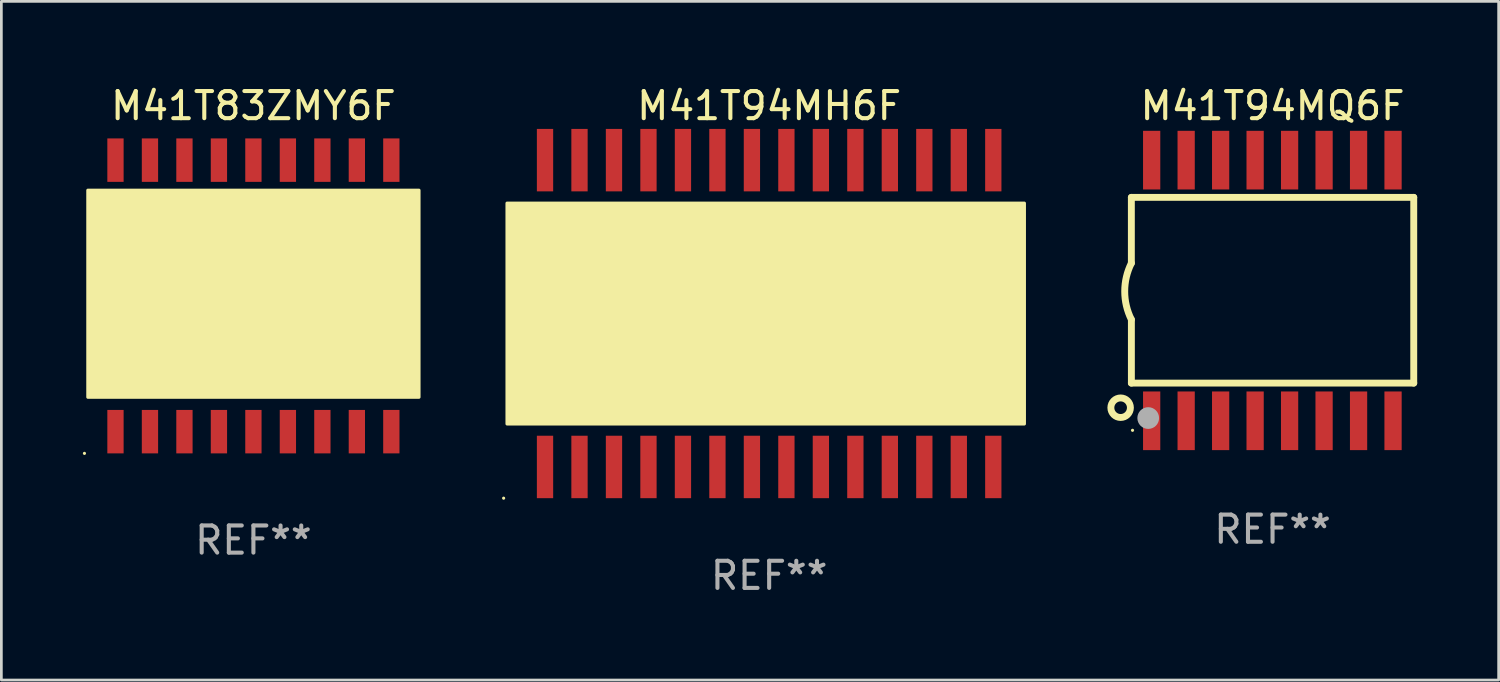
<source format=kicad_pcb>
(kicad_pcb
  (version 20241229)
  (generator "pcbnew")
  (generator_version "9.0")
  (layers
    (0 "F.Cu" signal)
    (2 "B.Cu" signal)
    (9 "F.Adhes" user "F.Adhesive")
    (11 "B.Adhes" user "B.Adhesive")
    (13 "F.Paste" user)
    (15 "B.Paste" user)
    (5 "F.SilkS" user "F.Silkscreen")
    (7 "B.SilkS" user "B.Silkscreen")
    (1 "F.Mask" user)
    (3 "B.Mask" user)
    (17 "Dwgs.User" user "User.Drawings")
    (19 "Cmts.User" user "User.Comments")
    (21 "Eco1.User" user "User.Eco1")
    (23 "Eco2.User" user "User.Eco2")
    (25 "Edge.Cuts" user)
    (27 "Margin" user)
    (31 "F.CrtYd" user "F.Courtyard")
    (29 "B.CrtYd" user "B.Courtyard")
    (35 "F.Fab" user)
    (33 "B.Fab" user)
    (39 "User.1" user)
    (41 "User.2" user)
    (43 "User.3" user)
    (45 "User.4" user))
  (footprint "M41T83ZMY6F"
    (layer "F.Cu")
    (at 6.283 7.848)
    (property "Reference" "M41T83ZMY6F" (at 0 -7 0) (layer "F.SilkS") (effects (font (size 1 1) (thickness 0.15))))
    (attr through_hole)
    (fp_circle (center -6.223 5.8) (end -6.193 5.8) (stroke (width 0.06) (type solid)) (fill no) (layer "F.SilkS"))
    (fp_circle (center -5.334 2.968) (end -4.975 2.968) (stroke (width 0.254) (type solid)) (fill no) (layer "F.SilkS"))
    (fp_poly (pts (xy -6.096 -3.89) (xy 6.096 -3.89) (xy 6.096 3.73) (xy -6.096 3.73)) (stroke (width 0.12) (type solid)) (fill yes) (layer "F.SilkS"))
    (fp_text user "REF**" (at 0 9 0) (layer "F.Fab") (effects (font (size 1 1) (thickness 0.15))))
    (pad "1" smd rect (at -5.08 5) (size 0.6 1.6) (layers "F.Cu" "F.Mask" "F.Paste"))
    (pad "2" smd rect (at -3.81 5) (size 0.6 1.6) (layers "F.Cu" "F.Mask" "F.Paste"))
    (pad "3" smd rect (at -2.54 5) (size 0.6 1.6) (layers "F.Cu" "F.Mask" "F.Paste"))
    (pad "4" smd rect (at -1.27 5) (size 0.6 1.6) (layers "F.Cu" "F.Mask" "F.Paste"))
    (pad "5" smd rect (at 0 5) (size 0.6 1.6) (layers "F.Cu" "F.Mask" "F.Paste"))
    (pad "6" smd rect (at 1.27 5) (size 0.6 1.6) (layers "F.Cu" "F.Mask" "F.Paste"))
    (pad "7" smd rect (at 2.54 5) (size 0.6 1.6) (layers "F.Cu" "F.Mask" "F.Paste"))
    (pad "8" smd rect (at 3.81 5) (size 0.6 1.6) (layers "F.Cu" "F.Mask" "F.Paste"))
    (pad "9" smd rect (at 5.08 5) (size 0.6 1.6) (layers "F.Cu" "F.Mask" "F.Paste"))
    (pad "10" smd rect (at 5.08 -5) (size 0.6 1.6) (layers "F.Cu" "F.Mask" "F.Paste"))
    (pad "11" smd rect (at 3.81 -5) (size 0.6 1.6) (layers "F.Cu" "F.Mask" "F.Paste"))
    (pad "12" smd rect (at 2.54 -5) (size 0.6 1.6) (layers "F.Cu" "F.Mask" "F.Paste"))
    (pad "13" smd rect (at 1.27 -5) (size 0.6 1.6) (layers "F.Cu" "F.Mask" "F.Paste"))
    (pad "14" smd rect (at 0 -5) (size 0.6 1.6) (layers "F.Cu" "F.Mask" "F.Paste"))
    (pad "15" smd rect (at -1.27 -5) (size 0.6 1.6) (layers "F.Cu" "F.Mask" "F.Paste"))
    (pad "16" smd rect (at -2.54 -5) (size 0.6 1.6) (layers "F.Cu" "F.Mask" "F.Paste"))
    (pad "17" smd rect (at -3.81 -5) (size 0.6 1.6) (layers "F.Cu" "F.Mask" "F.Paste"))
    (pad "18" smd rect (at -5.08 -5) (size 0.6 1.6) (layers "F.Cu" "F.Mask" "F.Paste")))
  (footprint "M41T94MH6F"
    (layer "F.Cu")
    (at 25.278 8.498)
    (property "Reference" "M41T94MH6F" (at 0 -7.65 0) (layer "F.SilkS") (effects (font (size 1 1) (thickness 0.15))))
    (attr through_hole)
    (fp_circle (center -9.779 6.8) (end -9.749 6.8) (stroke (width 0.06) (type solid)) (fill no) (layer "F.SilkS"))
    (fp_circle (center -8.636 3.175) (end -8.352 3.175) (stroke (width 0.254) (type solid)) (fill no) (layer "F.SilkS"))
    (fp_poly (pts (xy -9.652 -4.064) (xy 9.398 -4.064) (xy 9.398 4.064) (xy -9.652 4.064)) (stroke (width 0.12) (type solid)) (fill yes) (layer "F.SilkS"))
    (fp_text user "REF**" (at 0 9.65 0) (layer "F.Fab") (effects (font (size 1 1) (thickness 0.15))))
    (pad "1" smd rect (at -8.255 5.65) (size 0.6 2.3) (layers "F.Cu" "F.Mask" "F.Paste"))
    (pad "2" smd rect (at -6.985 5.65) (size 0.6 2.3) (layers "F.Cu" "F.Mask" "F.Paste"))
    (pad "3" smd rect (at -5.715 5.65) (size 0.6 2.3) (layers "F.Cu" "F.Mask" "F.Paste"))
    (pad "4" smd rect (at -4.445 5.65) (size 0.6 2.3) (layers "F.Cu" "F.Mask" "F.Paste"))
    (pad "5" smd rect (at -3.175 5.65) (size 0.6 2.3) (layers "F.Cu" "F.Mask" "F.Paste"))
    (pad "6" smd rect (at -1.905 5.65) (size 0.6 2.3) (layers "F.Cu" "F.Mask" "F.Paste"))
    (pad "7" smd rect (at -0.635 5.65) (size 0.6 2.3) (layers "F.Cu" "F.Mask" "F.Paste"))
    (pad "8" smd rect (at 0.635 5.65) (size 0.6 2.3) (layers "F.Cu" "F.Mask" "F.Paste"))
    (pad "9" smd rect (at 1.905 5.65) (size 0.6 2.3) (layers "F.Cu" "F.Mask" "F.Paste"))
    (pad "10" smd rect (at 3.175 5.65) (size 0.6 2.3) (layers "F.Cu" "F.Mask" "F.Paste"))
    (pad "11" smd rect (at 4.445 5.65) (size 0.6 2.3) (layers "F.Cu" "F.Mask" "F.Paste"))
    (pad "12" smd rect (at 5.715 5.65) (size 0.6 2.3) (layers "F.Cu" "F.Mask" "F.Paste"))
    (pad "13" smd rect (at 6.985 5.65) (size 0.6 2.3) (layers "F.Cu" "F.Mask" "F.Paste"))
    (pad "14" smd rect (at 8.255 5.65) (size 0.6 2.3) (layers "F.Cu" "F.Mask" "F.Paste"))
    (pad "15" smd rect (at 8.255 -5.65) (size 0.6 2.3) (layers "F.Cu" "F.Mask" "F.Paste"))
    (pad "16" smd rect (at 6.985 -5.65) (size 0.6 2.3) (layers "F.Cu" "F.Mask" "F.Paste"))
    (pad "17" smd rect (at 5.715 -5.65) (size 0.6 2.3) (layers "F.Cu" "F.Mask" "F.Paste"))
    (pad "18" smd rect (at 4.445 -5.65) (size 0.6 2.3) (layers "F.Cu" "F.Mask" "F.Paste"))
    (pad "19" smd rect (at 3.175 -5.65) (size 0.6 2.3) (layers "F.Cu" "F.Mask" "F.Paste"))
    (pad "20" smd rect (at 1.905 -5.65) (size 0.6 2.3) (layers "F.Cu" "F.Mask" "F.Paste"))
    (pad "21" smd rect (at 0.635 -5.65) (size 0.6 2.3) (layers "F.Cu" "F.Mask" "F.Paste"))
    (pad "22" smd rect (at -0.635 -5.65) (size 0.6 2.3) (layers "F.Cu" "F.Mask" "F.Paste"))
    (pad "23" smd rect (at -1.905 -5.65) (size 0.6 2.3) (layers "F.Cu" "F.Mask" "F.Paste"))
    (pad "24" smd rect (at -3.175 -5.65) (size 0.6 2.3) (layers "F.Cu" "F.Mask" "F.Paste"))
    (pad "25" smd rect (at -4.445 -5.65) (size 0.6 2.3) (layers "F.Cu" "F.Mask" "F.Paste"))
    (pad "26" smd rect (at -5.715 -5.65) (size 0.6 2.3) (layers "F.Cu" "F.Mask" "F.Paste"))
    (pad "27" smd rect (at -6.985 -5.65) (size 0.6 2.3) (layers "F.Cu" "F.Mask" "F.Paste"))
    (pad "28" smd rect (at -8.255 -5.65) (size 0.6 2.3) (layers "F.Cu" "F.Mask" "F.Paste")))
  (footprint "M41T94MQ6F"
    (layer "F.Cu")
    (at 43.818 7.648)
    (property "Reference" "M41T94MQ6F" (at 0 -6.8 0) (layer "F.SilkS") (effects (font (size 1 1) (thickness 0.15))))
    (attr through_hole)
    (fp_line (start -5.2 -3.429) (end -5.2 -1.005) (stroke (width 0.254) (type solid)) (layer "F.SilkS"))
    (fp_line (start -5.2 -3.429) (end 5.2 -3.429) (stroke (width 0.254) (type solid)) (layer "F.SilkS"))
    (fp_line (start -5.2 3.411) (end 5.2 3.411) (stroke (width 0.254) (type solid)) (layer "F.SilkS"))
    (fp_line (start -5.199 1.071) (end -5.199 3.411) (stroke (width 0.254) (type solid)) (layer "F.SilkS"))
    (fp_line (start 5.2 -3.429) (end 5.2 3.411) (stroke (width 0.254) (type solid)) (layer "F.SilkS"))
    (fp_arc (start -5.199391 1.07079) (mid -5.444637 0.032863) (end -5.2 -1.005207) (stroke (width 0.254001) (type solid)) (layer "F.SilkS"))
    (fp_circle (center -5.595 4.318) (end -5.235 4.318) (stroke (width 0.254) (type solid)) (fill no) (layer "F.SilkS"))
    (fp_circle (center -5.157 5.15) (end -5.127 5.15) (stroke (width 0.06) (type solid)) (fill no) (layer "F.SilkS"))
    (fp_circle (center -4.579 4.699) (end -4.379 4.699) (stroke (width 0.4) (type solid)) (fill no) (layer "F.Fab"))
    (fp_text user "REF**" (at 0 8.8 0) (layer "F.Fab") (effects (font (size 1 1) (thickness 0.15))))
    (pad "1" smd rect (at -4.452 4.8) (size 0.635 2.16) (layers "F.Cu" "F.Mask" "F.Paste"))
    (pad "2" smd rect (at -3.182 4.8) (size 0.635 2.16) (layers "F.Cu" "F.Mask" "F.Paste"))
    (pad "3" smd rect (at -1.912 4.8) (size 0.635 2.16) (layers "F.Cu" "F.Mask" "F.Paste"))
    (pad "4" smd rect (at -0.642 4.8) (size 0.635 2.16) (layers "F.Cu" "F.Mask" "F.Paste"))
    (pad "5" smd rect (at 0.628 4.8) (size 0.635 2.16) (layers "F.Cu" "F.Mask" "F.Paste"))
    (pad "6" smd rect (at 1.898 4.8) (size 0.635 2.16) (layers "F.Cu" "F.Mask" "F.Paste"))
    (pad "7" smd rect (at 3.168 4.8) (size 0.635 2.16) (layers "F.Cu" "F.Mask" "F.Paste"))
    (pad "8" smd rect (at 4.438 4.8) (size 0.635 2.16) (layers "F.Cu" "F.Mask" "F.Paste"))
    (pad "9" smd rect (at 4.438 -4.8) (size 0.635 2.16) (layers "F.Cu" "F.Mask" "F.Paste"))
    (pad "10" smd rect (at 3.168 -4.8) (size 0.635 2.16) (layers "F.Cu" "F.Mask" "F.Paste"))
    (pad "11" smd rect (at 1.898 -4.8) (size 0.635 2.16) (layers "F.Cu" "F.Mask" "F.Paste"))
    (pad "12" smd rect (at 0.628 -4.8) (size 0.635 2.16) (layers "F.Cu" "F.Mask" "F.Paste"))
    (pad "13" smd rect (at -0.642 -4.8) (size 0.635 2.16) (layers "F.Cu" "F.Mask" "F.Paste"))
    (pad "14" smd rect (at -1.912 -4.8) (size 0.635 2.16) (layers "F.Cu" "F.Mask" "F.Paste"))
    (pad "15" smd rect (at -3.182 -4.8) (size 0.635 2.16) (layers "F.Cu" "F.Mask" "F.Paste"))
    (pad "16" smd rect (at -4.452 -4.8) (size 0.635 2.16) (layers "F.Cu" "F.Mask" "F.Paste")))
  (gr_rect
    (start -3 -3)
    (end 52.145 21.996)
    (stroke (width 0.1) (type default))
    (fill no)
    (layer "Edge.Cuts")))
</source>
